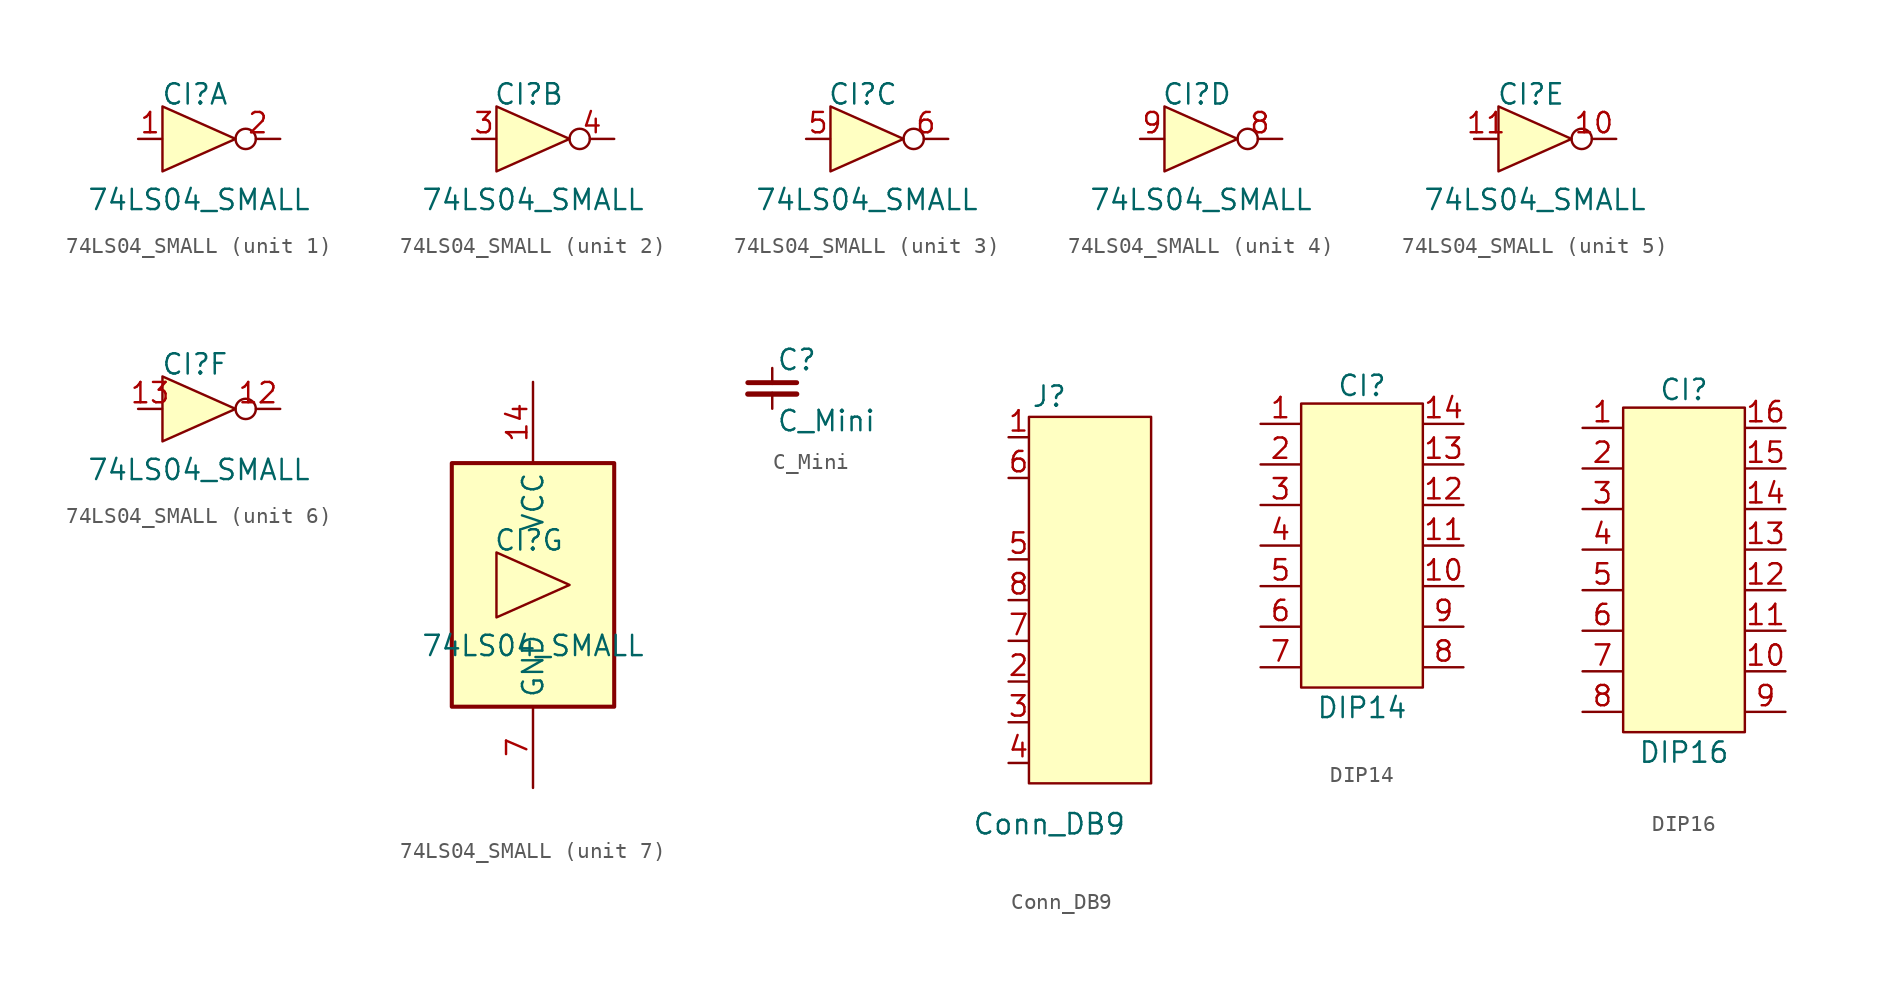
<source format=kicad_sym>
(kicad_symbol_lib
  (version 20220914)
  (generator kicad_symbol_editor)
  (symbol "74LS04_SMALL"
    (property "Reference" "CI"
      (at -0.254 2.794 0)
      (effects (font (size 1.27 1.27))))
    (property "Value" "74LS04_SMALL"
      (at 0 -3.81 0)
      (effects (font (size 1.27 1.27))))
    (property "ki_locked" ""
      (at 0 0 0)
      (effects (font (size 1.27 1.27))))
    (symbol "74LS04_SMALL_0_1"
      (polyline (pts (xy -2.286 0) (xy -2.286 2.032) (xy 2.286 0) (xy -2.286 -2.032) (xy -2.286 0)) (stroke (width 0) (type default)) (fill (type background))))
    (symbol "74LS04_SMALL_1_0"
      (pin input line (at -3.81 0 0) (length 1.499) (name "~" (effects (font (size 1.27 1.27)))) (number "1" (effects (font (size 1.27 1.27)))))
      (pin output inverted (at 5.08 0 180) (length 2.794) (name "~" (effects (font (size 1.27 1.27)))) (number "2" (effects (font (size 1.27 1.27))))))
    (symbol "74LS04_SMALL_2_0"
      (pin input line (at -3.81 0 0) (length 1.499) (name "~" (effects (font (size 1.27 1.27)))) (number "3" (effects (font (size 1.27 1.27)))))
      (pin output inverted (at 5.08 0 180) (length 2.794) (name "~" (effects (font (size 1.27 1.27)))) (number "4" (effects (font (size 1.27 1.27))))))
    (symbol "74LS04_SMALL_3_0"
      (pin input line (at -3.81 0 0) (length 1.499) (name "~" (effects (font (size 1.27 1.27)))) (number "5" (effects (font (size 1.27 1.27)))))
      (pin output inverted (at 5.08 0 180) (length 2.794) (name "~" (effects (font (size 1.27 1.27)))) (number "6" (effects (font (size 1.27 1.27))))))
    (symbol "74LS04_SMALL_4_0"
      (pin output inverted (at 5.08 0 180) (length 2.794) (name "~" (effects (font (size 1.27 1.27)))) (number "8" (effects (font (size 1.27 1.27)))))
      (pin input line (at -3.81 0 0) (length 1.499) (name "~" (effects (font (size 1.27 1.27)))) (number "9" (effects (font (size 1.27 1.27))))))
    (symbol "74LS04_SMALL_5_0"
      (pin output inverted (at 5.08 0 180) (length 2.794) (name "~" (effects (font (size 1.27 1.27)))) (number "10" (effects (font (size 1.27 1.27)))))
      (pin input line (at -3.81 0 0) (length 1.499) (name "~" (effects (font (size 1.27 1.27)))) (number "11" (effects (font (size 1.27 1.27))))))
    (symbol "74LS04_SMALL_6_0"
      (pin output inverted (at 5.08 0 180) (length 2.794) (name "~" (effects (font (size 1.27 1.27)))) (number "12" (effects (font (size 1.27 1.27)))))
      (pin input line (at -3.81 0 0) (length 1.499) (name "~" (effects (font (size 1.27 1.27)))) (number "13" (effects (font (size 1.27 1.27))))))
    (symbol "74LS04_SMALL_7_0"
      (pin power_in line (at 0 12.7 270) (length 5.08) (name "VCC" (effects (font (size 1.27 1.27)))) (number "14" (effects (font (size 1.27 1.27)))))
      (pin power_in line (at 0 -12.7 90) (length 5.08) (name "GND" (effects (font (size 1.27 1.27)))) (number "7" (effects (font (size 1.27 1.27))))))
    (symbol "74LS04_SMALL_7_1"
      (rectangle (start -5.08 7.62) (end 5.08 -7.62) (stroke (width 0.254) (type default)) (fill (type background)))))
  (symbol "C_Mini"
    (pin_numbers hide)
    (pin_names
      (offset 0.254) hide)
    (property "Reference" "C"
      (at 0.254 1.778 0)
      (effects (font (size 1.27 1.27)) (justify left)))
    (property "Value" "C_Mini"
      (at 0.254 -2.032 0)
      (effects (font (size 1.27 1.27)) (justify left)))
    (symbol "C_Mini_0_1"
      (polyline (pts (xy -1.524 -0.356) (xy 1.524 -0.356)) (stroke (width 0.33) (type default)) (fill (type none)))
      (polyline (pts (xy -1.524 0.356) (xy 1.524 0.356)) (stroke (width 0.305) (type default)) (fill (type none))))
    (symbol "C_Mini_1_1"
      (pin passive line (at 0 1.27 270) (length 0.991) (name "~" (effects (font (size 1.27 1.27)))) (number "1" (effects (font (size 1.27 1.27)))))
      (pin passive line (at 0 -1.27 90) (length 0.991) (name "~" (effects (font (size 1.27 1.27)))) (number "2" (effects (font (size 1.27 1.27)))))))
  (symbol "Conn_DB9"
    (pin_names
      (offset 1.016) hide)
    (property "Reference" "J"
      (at 0 5.08 0)
      (effects (font (size 1.27 1.27))))
    (property "Value" "Conn_DB9"
      (at 0 -21.59 0)
      (effects (font (size 1.27 1.27))))
    (symbol "Conn_DB9_0_1"
      (rectangle (start -1.27 3.81) (end 6.35 -19.05) (stroke (width 0) (type default)) (fill (type background))))
    (symbol "Conn_DB9_1_1"
      (pin passive line (at -2.54 2.54 0) (length 1.245) (name "Pin1" (effects (font (size 1.27 1.27)))) (number "1" (effects (font (size 1.27 1.27)))))
      (pin passive line (at -2.54 -12.7 0) (length 1.245) (name "Pin2" (effects (font (size 1.27 1.27)))) (number "2" (effects (font (size 1.27 1.27)))))
      (pin passive line (at -2.54 -15.24 0) (length 1.245) (name "Pin3" (effects (font (size 1.27 1.27)))) (number "3" (effects (font (size 1.27 1.27)))))
      (pin passive line (at -2.54 -17.78 0) (length 1.245) (name "Pin4" (effects (font (size 1.27 1.27)))) (number "4" (effects (font (size 1.27 1.27)))))
      (pin passive line (at -2.54 -5.08 0) (length 1.245) (name "Pin5" (effects (font (size 1.27 1.27)))) (number "5" (effects (font (size 1.27 1.27)))))
      (pin passive line (at -2.54 0 0) (length 1.245) (name "Pin8" (effects (font (size 1.27 1.27)))) (number "6" (effects (font (size 1.27 1.27)))))
      (pin passive line (at -2.54 -10.16 0) (length 1.245) (name "Pin7" (effects (font (size 1.27 1.27)))) (number "7" (effects (font (size 1.27 1.27)))))
      (pin passive line (at -2.54 -7.62 0) (length 1.245) (name "Pin6" (effects (font (size 1.27 1.27)))) (number "8" (effects (font (size 1.27 1.27)))))))
  (symbol "DIP14"
    (pin_names
      (offset 1.016) hide)
    (property "Reference" "CI"
      (at 0 10.008 0)
      (effects (font (size 1.27 1.27))))
    (property "Value" "DIP14"
      (at 0 -10.16 0)
      (effects (font (size 1.27 1.27))))
    (symbol "DIP14_0_1"
      (rectangle (start -3.81 8.89) (end 3.81 -8.89) (stroke (width 0) (type default)) (fill (type background))))
    (symbol "DIP14_1_1"
      (pin passive line (at -6.35 7.62 0) (length 2.489) (name "Pin_1" (effects (font (size 1.27 1.27)))) (number "1" (effects (font (size 1.27 1.27)))))
      (pin passive line (at 6.35 -2.54 180) (length 2.489) (name "Pin_10" (effects (font (size 1.27 1.27)))) (number "10" (effects (font (size 1.27 1.27)))))
      (pin passive line (at 6.35 0 180) (length 2.489) (name "Pin_11" (effects (font (size 1.27 1.27)))) (number "11" (effects (font (size 1.27 1.27)))))
      (pin passive line (at 6.35 2.54 180) (length 2.489) (name "Pin_12" (effects (font (size 1.27 1.27)))) (number "12" (effects (font (size 1.27 1.27)))))
      (pin passive line (at 6.35 5.08 180) (length 2.489) (name "Pin_13" (effects (font (size 1.27 1.27)))) (number "13" (effects (font (size 1.27 1.27)))))
      (pin passive line (at 6.35 7.62 180) (length 2.489) (name "Pin_14" (effects (font (size 1.27 1.27)))) (number "14" (effects (font (size 1.27 1.27)))))
      (pin passive line (at -6.35 5.08 0) (length 2.489) (name "Pin_2" (effects (font (size 1.27 1.27)))) (number "2" (effects (font (size 1.27 1.27)))))
      (pin passive line (at -6.35 2.54 0) (length 2.489) (name "Pin_3" (effects (font (size 1.27 1.27)))) (number "3" (effects (font (size 1.27 1.27)))))
      (pin passive line (at -6.35 0 0) (length 2.489) (name "Pin_4" (effects (font (size 1.27 1.27)))) (number "4" (effects (font (size 1.27 1.27)))))
      (pin passive line (at -6.35 -2.54 0) (length 2.489) (name "Pin_5" (effects (font (size 1.27 1.27)))) (number "5" (effects (font (size 1.27 1.27)))))
      (pin passive line (at -6.35 -5.08 0) (length 2.489) (name "Pin_6" (effects (font (size 1.27 1.27)))) (number "6" (effects (font (size 1.27 1.27)))))
      (pin passive line (at -6.35 -7.62 0) (length 2.489) (name "Pin_7" (effects (font (size 1.27 1.27)))) (number "7" (effects (font (size 1.27 1.27)))))
      (pin passive line (at 6.35 -7.62 180) (length 2.489) (name "Pin_8" (effects (font (size 1.27 1.27)))) (number "8" (effects (font (size 1.27 1.27)))))
      (pin passive line (at 6.35 -5.08 180) (length 2.489) (name "Pin_9" (effects (font (size 1.27 1.27)))) (number "9" (effects (font (size 1.27 1.27)))))))
  (symbol "DIP16"
    (pin_names
      (offset 1.016) hide)
    (property "Reference" "CI"
      (at 0 10.008 0)
      (effects (font (size 1.27 1.27))))
    (property "Value" "DIP16"
      (at 0 -12.7 0)
      (effects (font (size 1.27 1.27))))
    (symbol "DIP16_0_1"
      (rectangle (start 3.81 8.89) (end -3.81 -11.43) (stroke (width 0) (type default)) (fill (type background))))
    (symbol "DIP16_1_1"
      (pin passive line (at -6.35 7.62 0) (length 2.489) (name "Pin_1" (effects (font (size 1.27 1.27)))) (number "1" (effects (font (size 1.27 1.27)))))
      (pin passive line (at 6.35 -7.62 180) (length 2.489) (name "Pin_10" (effects (font (size 1.27 1.27)))) (number "10" (effects (font (size 1.27 1.27)))))
      (pin passive line (at 6.35 -5.08 180) (length 2.489) (name "Pin_11" (effects (font (size 1.27 1.27)))) (number "11" (effects (font (size 1.27 1.27)))))
      (pin passive line (at 6.35 -2.54 180) (length 2.489) (name "Pin_12" (effects (font (size 1.27 1.27)))) (number "12" (effects (font (size 1.27 1.27)))))
      (pin passive line (at 6.35 0 180) (length 2.489) (name "Pin_13" (effects (font (size 1.27 1.27)))) (number "13" (effects (font (size 1.27 1.27)))))
      (pin passive line (at 6.35 2.54 180) (length 2.489) (name "Pin_14" (effects (font (size 1.27 1.27)))) (number "14" (effects (font (size 1.27 1.27)))))
      (pin passive line (at 6.35 5.08 180) (length 2.489) (name "Pin_15" (effects (font (size 1.27 1.27)))) (number "15" (effects (font (size 1.27 1.27)))))
      (pin passive line (at 6.35 7.62 180) (length 2.489) (name "Pin_16" (effects (font (size 1.27 1.27)))) (number "16" (effects (font (size 1.27 1.27)))))
      (pin passive line (at -6.35 5.08 0) (length 2.489) (name "Pin_2" (effects (font (size 1.27 1.27)))) (number "2" (effects (font (size 1.27 1.27)))))
      (pin passive line (at -6.35 2.54 0) (length 2.489) (name "Pin_3" (effects (font (size 1.27 1.27)))) (number "3" (effects (font (size 1.27 1.27)))))
      (pin passive line (at -6.35 0 0) (length 2.489) (name "Pin_4" (effects (font (size 1.27 1.27)))) (number "4" (effects (font (size 1.27 1.27)))))
      (pin passive line (at -6.35 -2.54 0) (length 2.489) (name "Pin_5" (effects (font (size 1.27 1.27)))) (number "5" (effects (font (size 1.27 1.27)))))
      (pin passive line (at -6.35 -5.08 0) (length 2.489) (name "Pin_6" (effects (font (size 1.27 1.27)))) (number "6" (effects (font (size 1.27 1.27)))))
      (pin passive line (at -6.35 -7.62 0) (length 2.489) (name "Pin_7" (effects (font (size 1.27 1.27)))) (number "7" (effects (font (size 1.27 1.27)))))
      (pin passive line (at -6.35 -10.16 0) (length 2.489) (name "Pin_8" (effects (font (size 1.27 1.27)))) (number "8" (effects (font (size 1.27 1.27)))))
      (pin passive line (at 6.35 -10.16 180) (length 2.489) (name "Pin_9" (effects (font (size 1.27 1.27)))) (number "9" (effects (font (size 1.27 1.27))))))))
</source>
